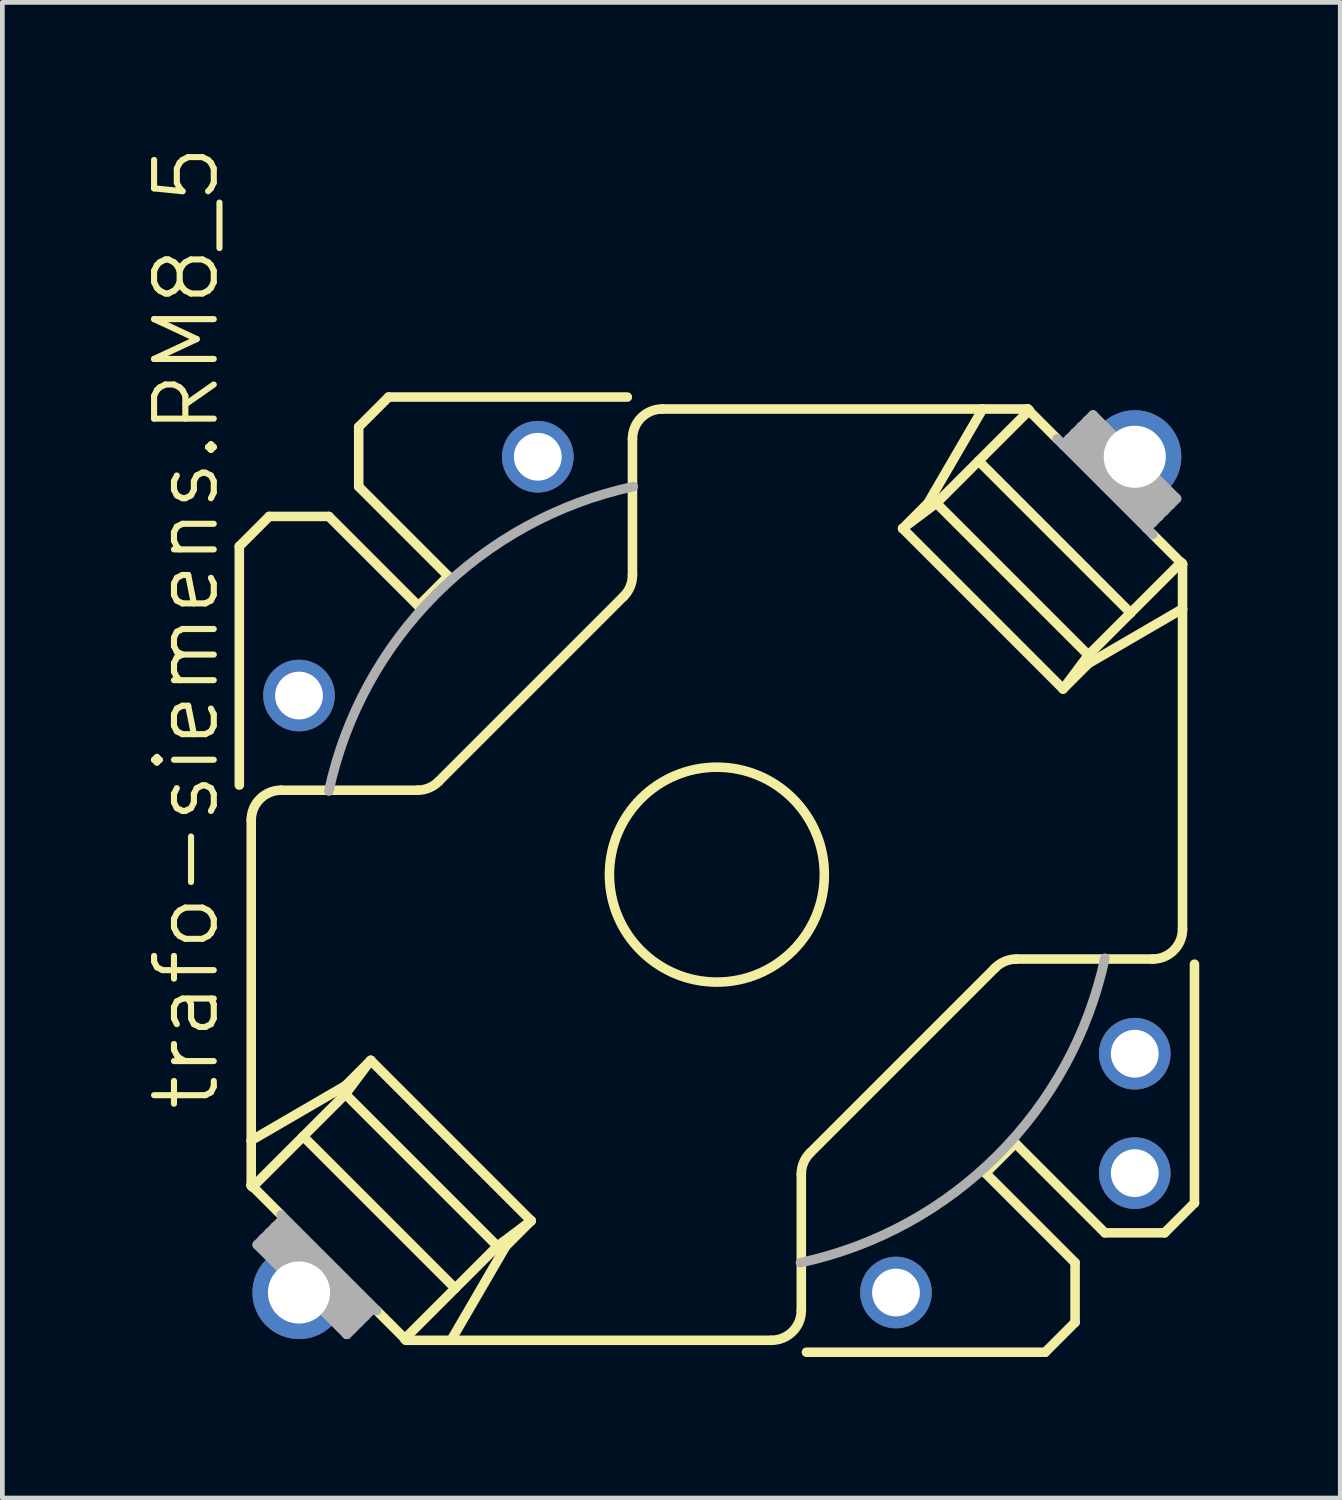
<source format=kicad_pcb>
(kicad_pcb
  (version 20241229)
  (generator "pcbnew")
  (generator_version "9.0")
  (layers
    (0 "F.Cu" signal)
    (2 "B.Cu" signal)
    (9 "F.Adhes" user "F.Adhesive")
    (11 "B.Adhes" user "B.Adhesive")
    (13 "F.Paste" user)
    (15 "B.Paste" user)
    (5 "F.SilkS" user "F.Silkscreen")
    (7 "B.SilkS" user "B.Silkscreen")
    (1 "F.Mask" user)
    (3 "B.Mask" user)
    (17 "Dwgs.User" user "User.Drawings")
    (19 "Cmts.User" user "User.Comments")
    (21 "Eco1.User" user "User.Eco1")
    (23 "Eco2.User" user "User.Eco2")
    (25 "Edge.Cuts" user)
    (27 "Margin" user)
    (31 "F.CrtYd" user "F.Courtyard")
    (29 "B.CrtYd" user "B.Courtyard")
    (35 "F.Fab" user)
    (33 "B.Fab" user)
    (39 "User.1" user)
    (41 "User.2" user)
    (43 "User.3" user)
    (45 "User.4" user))
  (footprint "trafo-siemens.RM8_5"
    (layer "F.Cu")
    (at 12.201 15.557)
    (property "Reference" "trafo-siemens.RM8_5" (at -10.541 5.08 90) (layer "F.SilkS") (effects (font (size 1.27 1.27) (thickness 0.13)) (justify left bottom)))
    (attr through_hole)
    (fp_line (start -10.16 -6.985) (end -9.525 -7.62) (stroke (width 0.203) (type default)) (layer "F.SilkS"))
    (fp_line (start -10.16 -1.905) (end -10.16 -6.985) (stroke (width 0.203) (type default)) (layer "F.SilkS"))
    (fp_line (start -9.906 5.655) (end -9.906 -1.161) (stroke (width 0.203) (type default)) (layer "F.SilkS"))
    (fp_line (start -9.906 5.655) (end -7.903 4.49) (stroke (width 0.203) (type default)) (layer "F.SilkS"))
    (fp_line (start -9.906 6.604) (end -9.906 5.655) (stroke (width 0.203) (type default)) (layer "F.SilkS"))
    (fp_line (start -9.906 6.618) (end -9.906 6.604) (stroke (width 0.203) (type default)) (layer "F.SilkS"))
    (fp_line (start -9.878 6.645) (end -9.906 6.618) (stroke (width 0.203) (type default)) (layer "F.SilkS"))
    (fp_line (start -9.525 -7.62) (end -8.255 -7.62) (stroke (width 0.203) (type default)) (layer "F.SilkS"))
    (fp_line (start -9.271 7.239) (end -9.906 6.604) (stroke (width 0.203) (type default)) (layer "F.SilkS"))
    (fp_line (start -8.801 5.568) (end -5.568 8.801) (stroke (width 0.203) (type default)) (layer "F.SilkS"))
    (fp_line (start -8.255 -7.62) (end -6.35 -5.715) (stroke (width 0.203) (type default)) (layer "F.SilkS"))
    (fp_line (start -7.903 4.67) (end -9.878 6.645) (stroke (width 0.203) (type default)) (layer "F.SilkS"))
    (fp_line (start -7.903 4.67) (end -7.364 3.951) (stroke (width 0.203) (type default)) (layer "F.SilkS"))
    (fp_line (start -7.62 -9.525) (end -6.985 -10.16) (stroke (width 0.203) (type default)) (layer "F.SilkS"))
    (fp_line (start -7.62 -8.255) (end -7.62 -9.525) (stroke (width 0.203) (type default)) (layer "F.SilkS"))
    (fp_line (start -7.364 3.951) (end -7.903 4.49) (stroke (width 0.203) (type default)) (layer "F.SilkS"))
    (fp_line (start -7.364 3.951) (end -3.951 7.364) (stroke (width 0.203) (type default)) (layer "F.SilkS"))
    (fp_line (start -6.985 -10.16) (end -1.905 -10.16) (stroke (width 0.203) (type default)) (layer "F.SilkS"))
    (fp_line (start -6.618 9.906) (end -6.604 9.906) (stroke (width 0.203) (type default)) (layer "F.SilkS"))
    (fp_line (start -6.604 9.906) (end -7.239 9.271) (stroke (width 0.203) (type default)) (layer "F.SilkS"))
    (fp_line (start -6.604 9.906) (end -5.655 9.906) (stroke (width 0.203) (type default)) (layer "F.SilkS"))
    (fp_line (start -6.37 -1.796) (end -9.271 -1.796) (stroke (width 0.203) (type default)) (layer "F.SilkS"))
    (fp_line (start -6.35 -5.715) (end -5.715 -6.35) (stroke (width 0.203) (type default)) (layer "F.SilkS"))
    (fp_line (start -5.921 -1.982) (end -1.982 -5.921) (stroke (width 0.203) (type default)) (layer "F.SilkS"))
    (fp_line (start -5.715 -6.35) (end -7.62 -8.255) (stroke (width 0.203) (type default)) (layer "F.SilkS"))
    (fp_line (start -5.655 9.906) (end -4.49 7.903) (stroke (width 0.203) (type default)) (layer "F.SilkS"))
    (fp_line (start -5.655 9.906) (end 1.161 9.906) (stroke (width 0.203) (type default)) (layer "F.SilkS"))
    (fp_line (start -5.568 8.801) (end -6.645 9.878) (stroke (width 0.203) (type default)) (layer "F.SilkS"))
    (fp_line (start -4.67 7.903) (end -7.903 4.67) (stroke (width 0.203) (type default)) (layer "F.SilkS"))
    (fp_line (start -4.67 7.903) (end -5.568 8.801) (stroke (width 0.203) (type default)) (layer "F.SilkS"))
    (fp_line (start -4.67 7.903) (end -3.951 7.364) (stroke (width 0.203) (type default)) (layer "F.SilkS"))
    (fp_line (start -3.951 7.364) (end -4.49 7.903) (stroke (width 0.203) (type default)) (layer "F.SilkS"))
    (fp_line (start -1.796 -6.37) (end -1.796 -9.271) (stroke (width 0.203) (type default)) (layer "F.SilkS"))
    (fp_line (start -1.161 -9.906) (end 5.655 -9.906) (stroke (width 0.203) (type default)) (layer "F.SilkS"))
    (fp_line (start 1.796 6.37) (end 1.796 9.271) (stroke (width 0.203) (type default)) (layer "F.SilkS"))
    (fp_line (start 1.982 5.921) (end 5.921 1.982) (stroke (width 0.203) (type default)) (layer "F.SilkS"))
    (fp_line (start 3.951 -7.364) (end 4.49 -7.903) (stroke (width 0.203) (type default)) (layer "F.SilkS"))
    (fp_line (start 3.951 -7.364) (end 7.364 -3.951) (stroke (width 0.203) (type default)) (layer "F.SilkS"))
    (fp_line (start 4.49 -7.903) (end 5.655 -9.906) (stroke (width 0.203) (type default)) (layer "F.SilkS"))
    (fp_line (start 4.67 -7.903) (end 3.951 -7.364) (stroke (width 0.203) (type default)) (layer "F.SilkS"))
    (fp_line (start 4.67 -7.903) (end 6.645 -9.878) (stroke (width 0.203) (type default)) (layer "F.SilkS"))
    (fp_line (start 5.568 -8.801) (end 8.801 -5.568) (stroke (width 0.203) (type default)) (layer "F.SilkS"))
    (fp_line (start 5.655 -9.906) (end 6.604 -9.906) (stroke (width 0.203) (type default)) (layer "F.SilkS"))
    (fp_line (start 5.715 6.35) (end 7.62 8.255) (stroke (width 0.203) (type default)) (layer "F.SilkS"))
    (fp_line (start 6.35 5.715) (end 5.715 6.35) (stroke (width 0.203) (type default)) (layer "F.SilkS"))
    (fp_line (start 6.37 1.796) (end 9.271 1.796) (stroke (width 0.203) (type default)) (layer "F.SilkS"))
    (fp_line (start 6.604 -9.906) (end 6.618 -9.906) (stroke (width 0.203) (type default)) (layer "F.SilkS"))
    (fp_line (start 6.618 -9.906) (end 6.645 -9.878) (stroke (width 0.203) (type default)) (layer "F.SilkS"))
    (fp_line (start 6.985 10.16) (end 1.905 10.16) (stroke (width 0.203) (type default)) (layer "F.SilkS"))
    (fp_line (start 7.239 -9.271) (end 6.604 -9.906) (stroke (width 0.203) (type default)) (layer "F.SilkS"))
    (fp_line (start 7.364 -3.951) (end 7.903 -4.49) (stroke (width 0.203) (type default)) (layer "F.SilkS"))
    (fp_line (start 7.62 8.255) (end 7.62 9.525) (stroke (width 0.203) (type default)) (layer "F.SilkS"))
    (fp_line (start 7.62 9.525) (end 6.985 10.16) (stroke (width 0.203) (type default)) (layer "F.SilkS"))
    (fp_line (start 7.903 -4.67) (end 4.67 -7.903) (stroke (width 0.203) (type default)) (layer "F.SilkS"))
    (fp_line (start 7.903 -4.67) (end 7.364 -3.951) (stroke (width 0.203) (type default)) (layer "F.SilkS"))
    (fp_line (start 7.903 -4.67) (end 8.801 -5.568) (stroke (width 0.203) (type default)) (layer "F.SilkS"))
    (fp_line (start 7.903 -4.49) (end 9.906 -5.655) (stroke (width 0.203) (type default)) (layer "F.SilkS"))
    (fp_line (start 8.255 7.62) (end 6.35 5.715) (stroke (width 0.203) (type default)) (layer "F.SilkS"))
    (fp_line (start 8.801 -5.568) (end 9.878 -6.645) (stroke (width 0.203) (type default)) (layer "F.SilkS"))
    (fp_line (start 9.525 7.62) (end 8.255 7.62) (stroke (width 0.203) (type default)) (layer "F.SilkS"))
    (fp_line (start 9.906 -6.604) (end 9.271 -7.239) (stroke (width 0.203) (type default)) (layer "F.SilkS"))
    (fp_line (start 9.906 -6.604) (end 9.906 -6.618) (stroke (width 0.203) (type default)) (layer "F.SilkS"))
    (fp_line (start 9.906 -5.655) (end 9.906 -6.604) (stroke (width 0.203) (type default)) (layer "F.SilkS"))
    (fp_line (start 9.906 1.161) (end 9.906 -5.655) (stroke (width 0.203) (type default)) (layer "F.SilkS"))
    (fp_line (start 10.16 1.905) (end 10.16 6.985) (stroke (width 0.203) (type default)) (layer "F.SilkS"))
    (fp_line (start 10.16 6.985) (end 9.525 7.62) (stroke (width 0.203) (type default)) (layer "F.SilkS"))
    (fp_arc (start -9.906 -1.1611) (mid -9.720013 -1.610113) (end -9.271 -1.7961) (stroke (width 0.2032) (type default)) (layer "F.SilkS"))
    (fp_arc (start -5.9204 -1.9818) (mid -6.126528 -1.844268) (end -6.3696 -1.7961) (stroke (width 0.2032) (type default)) (layer "F.SilkS"))
    (fp_arc (start -1.7961 -9.271) (mid -1.610113 -9.720013) (end -1.1611 -9.906) (stroke (width 0.2032) (type default)) (layer "F.SilkS"))
    (fp_arc (start -1.796 -6.3696) (mid -1.844345 -6.126601) (end -1.982 -5.9206) (stroke (width 0.2032) (type default)) (layer "F.SilkS"))
    (fp_arc (start 1.796 6.3696) (mid 1.844345 6.126601) (end 1.982 5.9206) (stroke (width 0.2032) (type default)) (layer "F.SilkS"))
    (fp_arc (start 1.7961 9.271) (mid 1.610113 9.720013) (end 1.1611 9.906) (stroke (width 0.2032) (type default)) (layer "F.SilkS"))
    (fp_arc (start 5.9206 1.982) (mid 6.12663 1.844491) (end 6.3696 1.7963) (stroke (width 0.2032) (type default)) (layer "F.SilkS"))
    (fp_arc (start 9.906 1.1611) (mid 9.720013 1.610113) (end 9.271 1.7961) (stroke (width 0.2032) (type default)) (layer "F.SilkS"))
    (fp_circle (center 0 0) (end 2.286 0) (stroke (width 0.203) (type default)) (fill no) (layer "F.SilkS"))
    (fp_line (start -9.779 7.874) (end -9.652 7.747) (stroke (width 0.203) (type default)) (layer "F.Fab"))
    (fp_line (start -9.652 7.747) (end -9.525 7.62) (stroke (width 0.203) (type default)) (layer "F.Fab"))
    (fp_line (start -9.652 7.874) (end -7.874 9.652) (stroke (width 0.203) (type default)) (layer "F.Fab"))
    (fp_line (start -9.525 7.62) (end -9.398 7.493) (stroke (width 0.203) (type default)) (layer "F.Fab"))
    (fp_line (start -9.525 7.62) (end -7.62 9.525) (stroke (width 0.203) (type default)) (layer "F.Fab"))
    (fp_line (start -9.525 7.747) (end -9.652 7.874) (stroke (width 0.203) (type default)) (layer "F.Fab"))
    (fp_line (start -9.398 7.493) (end -9.271 7.366) (stroke (width 0.203) (type default)) (layer "F.Fab"))
    (fp_line (start -9.398 7.62) (end -7.62 9.398) (stroke (width 0.203) (type default)) (layer "F.Fab"))
    (fp_line (start -9.271 7.366) (end -7.366 9.271) (stroke (width 0.203) (type default)) (layer "F.Fab"))
    (fp_line (start -9.271 7.493) (end -9.398 7.62) (stroke (width 0.203) (type default)) (layer "F.Fab"))
    (fp_line (start -7.874 9.779) (end -9.779 7.874) (stroke (width 0.203) (type default)) (layer "F.Fab"))
    (fp_line (start -7.874 9.779) (end -7.366 9.271) (stroke (width 0.203) (type default)) (layer "F.Fab"))
    (fp_line (start -7.747 9.525) (end -9.525 7.747) (stroke (width 0.203) (type default)) (layer "F.Fab"))
    (fp_line (start -7.747 9.652) (end -9.652 7.747) (stroke (width 0.203) (type default)) (layer "F.Fab"))
    (fp_line (start -7.747 9.652) (end -7.874 9.779) (stroke (width 0.203) (type default)) (layer "F.Fab"))
    (fp_line (start -7.62 9.398) (end -7.747 9.525) (stroke (width 0.203) (type default)) (layer "F.Fab"))
    (fp_line (start -7.62 9.525) (end -7.747 9.652) (stroke (width 0.203) (type default)) (layer "F.Fab"))
    (fp_line (start -7.493 9.271) (end -9.271 7.493) (stroke (width 0.203) (type default)) (layer "F.Fab"))
    (fp_line (start -7.493 9.398) (end -9.398 7.493) (stroke (width 0.203) (type default)) (layer "F.Fab"))
    (fp_line (start -7.493 9.398) (end -7.62 9.525) (stroke (width 0.203) (type default)) (layer "F.Fab"))
    (fp_line (start -7.366 9.271) (end -7.493 9.398) (stroke (width 0.203) (type default)) (layer "F.Fab"))
    (fp_line (start -7.341 9.195) (end -9.22 7.315) (stroke (width 0.203) (type default)) (layer "F.Fab"))
    (fp_line (start -7.239 9.271) (end -9.271 7.239) (stroke (width 0.203) (type default)) (layer "F.Fab"))
    (fp_line (start 7.366 -9.144) (end 7.239 -9.271) (stroke (width 0.203) (type default)) (layer "F.Fab"))
    (fp_line (start 7.493 -9.271) (end 7.366 -9.144) (stroke (width 0.203) (type default)) (layer "F.Fab"))
    (fp_line (start 7.493 -9.144) (end 9.144 -7.493) (stroke (width 0.203) (type default)) (layer "F.Fab"))
    (fp_line (start 7.62 -9.398) (end 7.493 -9.271) (stroke (width 0.203) (type default)) (layer "F.Fab"))
    (fp_line (start 7.62 -9.271) (end 9.271 -7.62) (stroke (width 0.203) (type default)) (layer "F.Fab"))
    (fp_line (start 7.747 -9.525) (end 7.62 -9.398) (stroke (width 0.203) (type default)) (layer "F.Fab"))
    (fp_line (start 7.747 -9.398) (end 9.398 -7.747) (stroke (width 0.203) (type default)) (layer "F.Fab"))
    (fp_line (start 7.874 -9.652) (end 7.747 -9.525) (stroke (width 0.203) (type default)) (layer "F.Fab"))
    (fp_line (start 7.874 -9.525) (end 9.525 -7.874) (stroke (width 0.203) (type default)) (layer "F.Fab"))
    (fp_line (start 8.001 -9.779) (end 7.874 -9.652) (stroke (width 0.203) (type default)) (layer "F.Fab"))
    (fp_line (start 8.001 -9.779) (end 9.779 -8.001) (stroke (width 0.203) (type default)) (layer "F.Fab"))
    (fp_line (start 8.001 -9.652) (end 9.652 -8.001) (stroke (width 0.203) (type default)) (layer "F.Fab"))
    (fp_line (start 9.144 -7.366) (end 7.366 -9.144) (stroke (width 0.203) (type default)) (layer "F.Fab"))
    (fp_line (start 9.144 -7.366) (end 9.271 -7.493) (stroke (width 0.203) (type default)) (layer "F.Fab"))
    (fp_line (start 9.271 -7.493) (end 7.493 -9.271) (stroke (width 0.203) (type default)) (layer "F.Fab"))
    (fp_line (start 9.271 -7.493) (end 9.398 -7.62) (stroke (width 0.203) (type default)) (layer "F.Fab"))
    (fp_line (start 9.271 -7.239) (end 9.144 -7.366) (stroke (width 0.203) (type default)) (layer "F.Fab"))
    (fp_line (start 9.398 -7.62) (end 7.62 -9.398) (stroke (width 0.203) (type default)) (layer "F.Fab"))
    (fp_line (start 9.398 -7.62) (end 9.525 -7.747) (stroke (width 0.203) (type default)) (layer "F.Fab"))
    (fp_line (start 9.525 -7.747) (end 7.747 -9.525) (stroke (width 0.203) (type default)) (layer "F.Fab"))
    (fp_line (start 9.525 -7.747) (end 9.652 -7.874) (stroke (width 0.203) (type default)) (layer "F.Fab"))
    (fp_line (start 9.652 -7.874) (end 7.874 -9.652) (stroke (width 0.203) (type default)) (layer "F.Fab"))
    (fp_line (start 9.652 -7.874) (end 9.779 -8.001) (stroke (width 0.203) (type default)) (layer "F.Fab"))
    (fp_arc (start -8.255 -1.778) (mid -5.971026 -5.971026) (end -1.778 -8.255) (stroke (width 0.2032) (type default)) (layer "F.Fab"))
    (fp_arc (start 8.255 1.778) (mid 5.971026 5.971026) (end 1.778 8.255) (stroke (width 0.2032) (type default)) (layer "F.Fab"))
    (pad "1" thru_hole circle (at 8.89 6.35) (size 1.524 1.524) (drill 1.016) (layers "*.Cu" "*.Mask"))
    (pad "2" thru_hole circle (at 8.89 3.81) (size 1.524 1.524) (drill 1.016) (layers "*.Cu" "*.Mask"))
    (pad "5" thru_hole circle (at -3.81 -8.89) (size 1.524 1.524) (drill 1.016) (layers "*.Cu" "*.Mask"))
    (pad "8" thru_hole circle (at -8.89 -3.81) (size 1.524 1.524) (drill 1.016) (layers "*.Cu" "*.Mask"))
    (pad "11" thru_hole circle (at 3.81 8.89) (size 1.524 1.524) (drill 1.016) (layers "*.Cu" "*.Mask"))
    (pad "M" thru_hole circle (at -8.89 8.89) (size 1.981 1.981) (drill 1.321) (layers "*.Cu" "*.Mask"))
    (pad "M1" thru_hole circle (at 8.89 -8.89) (size 1.981 1.981) (drill 1.321) (layers "*.Cu" "*.Mask")))
  (gr_rect
    (start -3 -3)
    (end 25.463 28.819)
    (stroke (width 0.1) (type default))
    (fill no)
    (layer "Edge.Cuts")))
</source>
